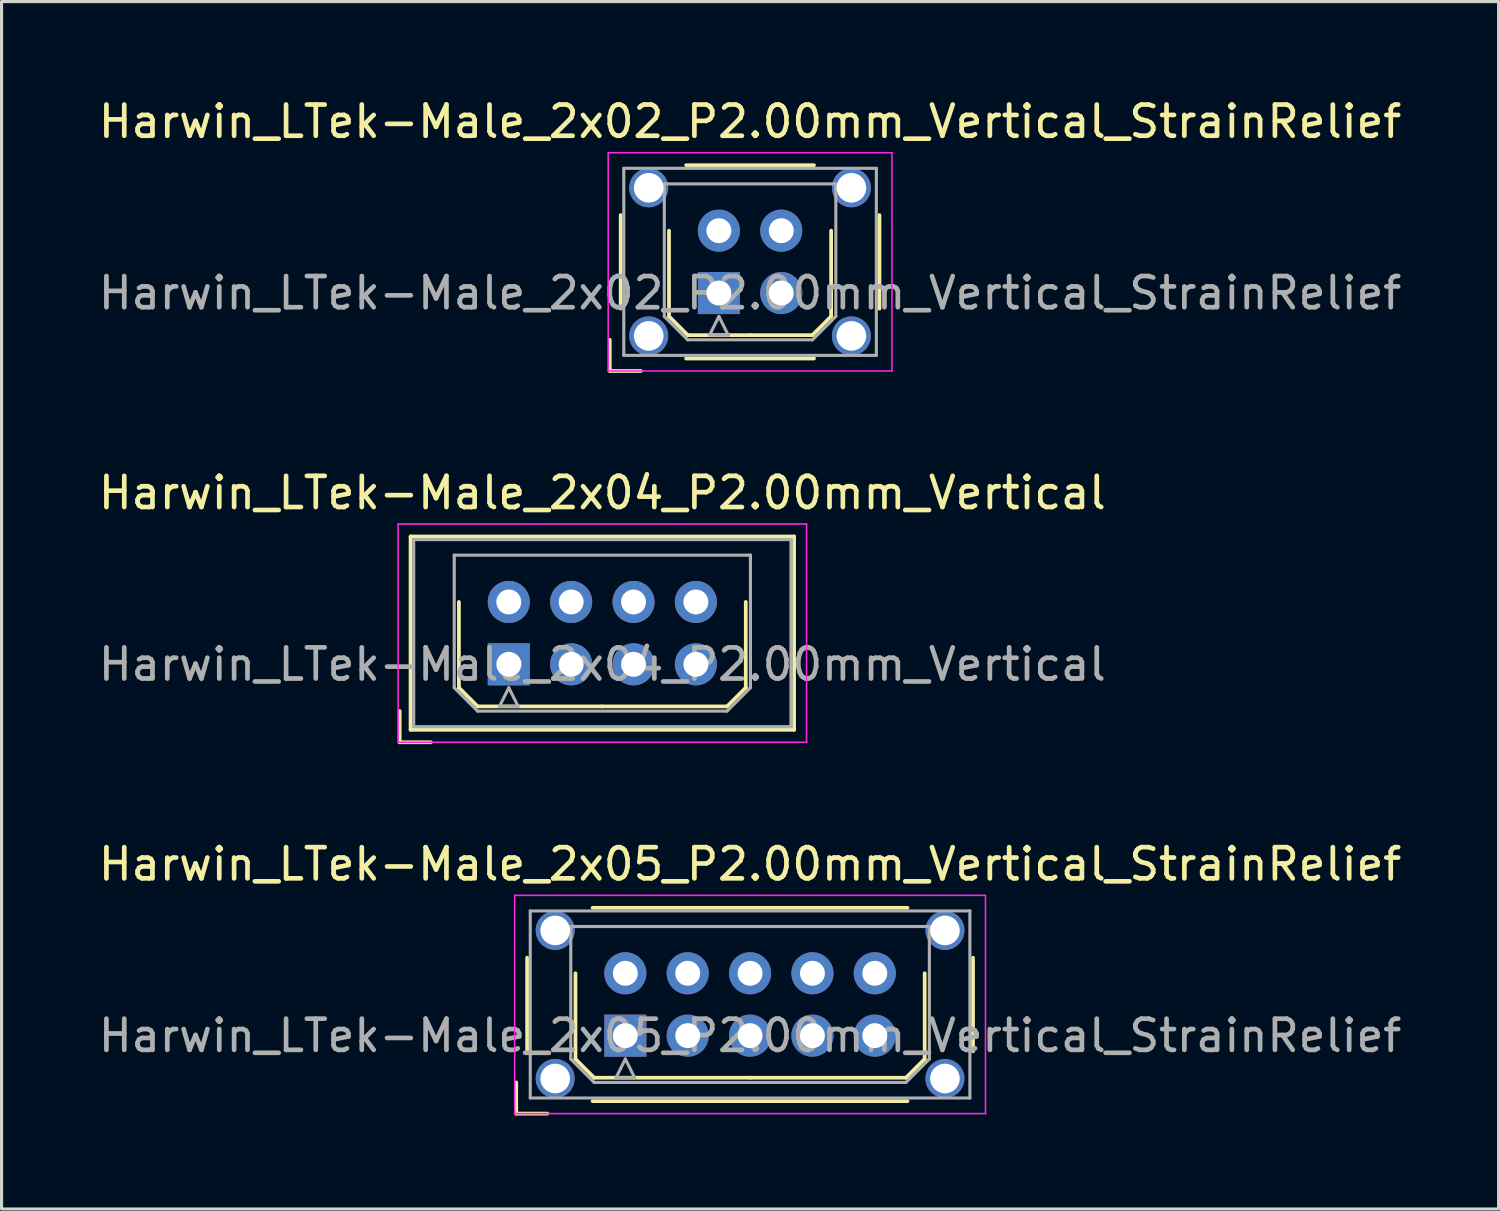
<source format=kicad_pcb>
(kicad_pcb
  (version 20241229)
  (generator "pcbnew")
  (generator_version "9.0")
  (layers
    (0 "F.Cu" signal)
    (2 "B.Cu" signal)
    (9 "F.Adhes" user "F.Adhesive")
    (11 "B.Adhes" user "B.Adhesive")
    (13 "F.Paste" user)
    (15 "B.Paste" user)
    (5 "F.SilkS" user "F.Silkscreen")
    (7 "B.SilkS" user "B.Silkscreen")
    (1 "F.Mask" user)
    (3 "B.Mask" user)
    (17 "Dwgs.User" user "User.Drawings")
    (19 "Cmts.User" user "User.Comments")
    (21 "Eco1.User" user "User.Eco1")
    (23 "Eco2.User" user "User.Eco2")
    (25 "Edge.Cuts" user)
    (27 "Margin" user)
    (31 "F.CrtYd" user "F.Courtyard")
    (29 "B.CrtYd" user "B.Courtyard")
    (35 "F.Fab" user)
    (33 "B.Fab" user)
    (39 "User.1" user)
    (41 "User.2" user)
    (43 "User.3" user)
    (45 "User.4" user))
  (footprint "Harwin_LTek-Male_2x02_P2.00mm_Vertical_StrainRelief"
    (layer "F.Cu")
    (at 20.006 6.348)
    (property "Reference" "Harwin_LTek-Male_2x02_P2.00mm_Vertical_StrainRelief" (at 1 -5.5 0) (layer "F.SilkS") (effects (font (size 1 1) (thickness 0.15))))
    (attr through_hole)
    (fp_line (start -3.5 1.5) (end -3.5 2.5) (stroke (width 0.12) (type solid)) (layer "F.SilkS"))
    (fp_line (start -3.5 2.5) (end -2.5 2.5) (stroke (width 0.12) (type solid)) (layer "F.SilkS"))
    (fp_line (start -3.15 -2.5) (end -3.15 0.5) (stroke (width 0.12) (type solid)) (layer "F.SilkS"))
    (fp_line (start -1.6 -2) (end -1.6 0.75) (stroke (width 0.12) (type solid)) (layer "F.SilkS"))
    (fp_line (start -1.6 0.75) (end -1 1.35) (stroke (width 0.12) (type solid)) (layer "F.SilkS"))
    (fp_line (start -1.05 -4.1) (end 3.05 -4.1) (stroke (width 0.12) (type solid)) (layer "F.SilkS"))
    (fp_line (start -1.05 2.1) (end 3.05 2.1) (stroke (width 0.12) (type solid)) (layer "F.SilkS"))
    (fp_line (start -1 1.35) (end 1 1.35) (stroke (width 0.12) (type solid)) (layer "F.SilkS"))
    (fp_line (start 3 1.35) (end 1 1.35) (stroke (width 0.12) (type solid)) (layer "F.SilkS"))
    (fp_line (start 3.6 -2) (end 3.6 0.75) (stroke (width 0.12) (type solid)) (layer "F.SilkS"))
    (fp_line (start 3.6 0.75) (end 3 1.35) (stroke (width 0.12) (type solid)) (layer "F.SilkS"))
    (fp_line (start 5.15 -2.5) (end 5.15 0.5) (stroke (width 0.12) (type solid)) (layer "F.SilkS"))
    (fp_line (start -3.55 -4.5) (end -3.55 2.5) (stroke (width 0.05) (type solid)) (layer "F.CrtYd"))
    (fp_line (start -3.55 2.5) (end 5.55 2.5) (stroke (width 0.05) (type solid)) (layer "F.CrtYd"))
    (fp_line (start 5.55 -4.5) (end -3.55 -4.5) (stroke (width 0.05) (type solid)) (layer "F.CrtYd"))
    (fp_line (start 5.55 2.5) (end 5.55 -4.5) (stroke (width 0.05) (type solid)) (layer "F.CrtYd"))
    (fp_line (start -3.05 -4) (end -3.05 2) (stroke (width 0.1) (type solid)) (layer "F.Fab"))
    (fp_line (start -3.05 2) (end 5.05 2) (stroke (width 0.1) (type solid)) (layer "F.Fab"))
    (fp_line (start -1.75 -3.5) (end 3.75 -3.5) (stroke (width 0.1) (type solid)) (layer "F.Fab"))
    (fp_line (start -1.75 0.75) (end -1.75 -3.5) (stroke (width 0.1) (type solid)) (layer "F.Fab"))
    (fp_line (start -1 1.5) (end -1.75 0.75) (stroke (width 0.1) (type solid)) (layer "F.Fab"))
    (fp_line (start -0.3 1.35) (end 0.3 1.35) (stroke (width 0.1) (type solid)) (layer "F.Fab"))
    (fp_line (start 0 0.75) (end -0.3 1.35) (stroke (width 0.1) (type solid)) (layer "F.Fab"))
    (fp_line (start 0.3 1.35) (end 0 0.75) (stroke (width 0.1) (type solid)) (layer "F.Fab"))
    (fp_line (start 3 1.5) (end -1 1.5) (stroke (width 0.1) (type solid)) (layer "F.Fab"))
    (fp_line (start 3.75 -3.5) (end 3.75 0.75) (stroke (width 0.1) (type solid)) (layer "F.Fab"))
    (fp_line (start 3.75 0.75) (end 3 1.5) (stroke (width 0.1) (type solid)) (layer "F.Fab"))
    (fp_line (start 5.05 -4) (end -3.05 -4) (stroke (width 0.1) (type solid)) (layer "F.Fab"))
    (fp_line (start 5.05 2) (end 5.05 -4) (stroke (width 0.1) (type solid)) (layer "F.Fab"))
    (fp_text user "${REFERENCE}" (at 1 0 0) (layer "F.Fab") (effects (font (size 1 1) (thickness 0.15))))
    (pad "" thru_hole circle (at -2.25 -3.375) (size 1.25 1.25) (drill 0.95) (layers "*.Cu" "*.Mask"))
    (pad "" thru_hole circle (at -2.25 1.375) (size 1.25 1.25) (drill 0.95) (layers "*.Cu" "*.Mask"))
    (pad "" thru_hole circle (at 4.25 -3.375) (size 1.25 1.25) (drill 0.95) (layers "*.Cu" "*.Mask"))
    (pad "" thru_hole circle (at 4.25 1.375) (size 1.25 1.25) (drill 0.95) (layers "*.Cu" "*.Mask"))
    (pad "1" thru_hole rect (at 0 0) (size 1.35 1.35) (drill 0.8) (layers "*.Cu" "*.Mask"))
    (pad "2" thru_hole circle (at 2 0) (size 1.35 1.35) (drill 0.8) (layers "*.Cu" "*.Mask"))
    (pad "3" thru_hole circle (at 0 -2) (size 1.35 1.35) (drill 0.8) (layers "*.Cu" "*.Mask"))
    (pad "4" thru_hole circle (at 2 -2) (size 1.35 1.35) (drill 0.8) (layers "*.Cu" "*.Mask")))
  (footprint "Harwin_LTek-Male_2x04_P2.00mm_Vertical"
    (layer "F.Cu")
    (at 13.268 18.256)
    (property "Reference" "Harwin_LTek-Male_2x04_P2.00mm_Vertical" (at 3 -5.5 0) (layer "F.SilkS") (effects (font (size 1 1) (thickness 0.15))))
    (attr through_hole)
    (fp_line (start -3.5 1.5) (end -3.5 2.5) (stroke (width 0.12) (type solid)) (layer "F.SilkS"))
    (fp_line (start -3.5 2.5) (end -2.5 2.5) (stroke (width 0.12) (type solid)) (layer "F.SilkS"))
    (fp_line (start -3.15 -4.1) (end -3.15 2.1) (stroke (width 0.12) (type solid)) (layer "F.SilkS"))
    (fp_line (start -3.15 2.1) (end 9.15 2.1) (stroke (width 0.12) (type solid)) (layer "F.SilkS"))
    (fp_line (start -1.6 -2) (end -1.6 0.75) (stroke (width 0.12) (type solid)) (layer "F.SilkS"))
    (fp_line (start -1.6 0.75) (end -1 1.35) (stroke (width 0.12) (type solid)) (layer "F.SilkS"))
    (fp_line (start -1 1.35) (end 3 1.35) (stroke (width 0.12) (type solid)) (layer "F.SilkS"))
    (fp_line (start 7 1.35) (end 3 1.35) (stroke (width 0.12) (type solid)) (layer "F.SilkS"))
    (fp_line (start 7.6 -2) (end 7.6 0.75) (stroke (width 0.12) (type solid)) (layer "F.SilkS"))
    (fp_line (start 7.6 0.75) (end 7 1.35) (stroke (width 0.12) (type solid)) (layer "F.SilkS"))
    (fp_line (start 9.15 -4.1) (end -3.15 -4.1) (stroke (width 0.12) (type solid)) (layer "F.SilkS"))
    (fp_line (start 9.15 2.1) (end 9.15 -4.1) (stroke (width 0.12) (type solid)) (layer "F.SilkS"))
    (fp_line (start -3.55 -4.5) (end -3.55 2.5) (stroke (width 0.05) (type solid)) (layer "F.CrtYd"))
    (fp_line (start -3.55 2.5) (end 9.55 2.5) (stroke (width 0.05) (type solid)) (layer "F.CrtYd"))
    (fp_line (start 9.55 -4.5) (end -3.55 -4.5) (stroke (width 0.05) (type solid)) (layer "F.CrtYd"))
    (fp_line (start 9.55 2.5) (end 9.55 -4.5) (stroke (width 0.05) (type solid)) (layer "F.CrtYd"))
    (fp_line (start -3.05 -4) (end -3.05 2) (stroke (width 0.1) (type solid)) (layer "F.Fab"))
    (fp_line (start -3.05 2) (end 9.05 2) (stroke (width 0.1) (type solid)) (layer "F.Fab"))
    (fp_line (start -1.75 -3.5) (end 7.75 -3.5) (stroke (width 0.1) (type solid)) (layer "F.Fab"))
    (fp_line (start -1.75 0.75) (end -1.75 -3.5) (stroke (width 0.1) (type solid)) (layer "F.Fab"))
    (fp_line (start -1 1.5) (end -1.75 0.75) (stroke (width 0.1) (type solid)) (layer "F.Fab"))
    (fp_line (start -0.3 1.35) (end 0.3 1.35) (stroke (width 0.1) (type solid)) (layer "F.Fab"))
    (fp_line (start 0 0.75) (end -0.3 1.35) (stroke (width 0.1) (type solid)) (layer "F.Fab"))
    (fp_line (start 0.3 1.35) (end 0 0.75) (stroke (width 0.1) (type solid)) (layer "F.Fab"))
    (fp_line (start 7 1.5) (end -1 1.5) (stroke (width 0.1) (type solid)) (layer "F.Fab"))
    (fp_line (start 7.75 -3.5) (end 7.75 0.75) (stroke (width 0.1) (type solid)) (layer "F.Fab"))
    (fp_line (start 7.75 0.75) (end 7 1.5) (stroke (width 0.1) (type solid)) (layer "F.Fab"))
    (fp_line (start 9.05 -4) (end -3.05 -4) (stroke (width 0.1) (type solid)) (layer "F.Fab"))
    (fp_line (start 9.05 2) (end 9.05 -4) (stroke (width 0.1) (type solid)) (layer "F.Fab"))
    (fp_text user "${REFERENCE}" (at 3 0 0) (layer "F.Fab") (effects (font (size 1 1) (thickness 0.15))))
    (pad "1" thru_hole rect (at 0 0) (size 1.35 1.35) (drill 0.8) (layers "*.Cu" "*.Mask"))
    (pad "2" thru_hole circle (at 2 0) (size 1.35 1.35) (drill 0.8) (layers "*.Cu" "*.Mask"))
    (pad "3" thru_hole circle (at 4 0) (size 1.35 1.35) (drill 0.8) (layers "*.Cu" "*.Mask"))
    (pad "4" thru_hole circle (at 6 0) (size 1.35 1.35) (drill 0.8) (layers "*.Cu" "*.Mask"))
    (pad "5" thru_hole circle (at 0 -2) (size 1.35 1.35) (drill 0.8) (layers "*.Cu" "*.Mask"))
    (pad "6" thru_hole circle (at 2 -2) (size 1.35 1.35) (drill 0.8) (layers "*.Cu" "*.Mask"))
    (pad "7" thru_hole circle (at 4 -2) (size 1.35 1.35) (drill 0.8) (layers "*.Cu" "*.Mask"))
    (pad "8" thru_hole circle (at 6 -2) (size 1.35 1.35) (drill 0.8) (layers "*.Cu" "*.Mask")))
  (footprint "Harwin_LTek-Male_2x05_P2.00mm_Vertical_StrainRelief"
    (layer "F.Cu")
    (at 17.006 30.165)
    (property "Reference" "Harwin_LTek-Male_2x05_P2.00mm_Vertical_StrainRelief" (at 4 -5.5 0) (layer "F.SilkS") (effects (font (size 1 1) (thickness 0.15))))
    (attr through_hole)
    (fp_line (start -3.5 1.5) (end -3.5 2.5) (stroke (width 0.12) (type solid)) (layer "F.SilkS"))
    (fp_line (start -3.5 2.5) (end -2.5 2.5) (stroke (width 0.12) (type solid)) (layer "F.SilkS"))
    (fp_line (start -3.15 -2.5) (end -3.15 0.5) (stroke (width 0.12) (type solid)) (layer "F.SilkS"))
    (fp_line (start -1.6 -2) (end -1.6 0.75) (stroke (width 0.12) (type solid)) (layer "F.SilkS"))
    (fp_line (start -1.6 0.75) (end -1 1.35) (stroke (width 0.12) (type solid)) (layer "F.SilkS"))
    (fp_line (start -1.05 -4.1) (end 9.05 -4.1) (stroke (width 0.12) (type solid)) (layer "F.SilkS"))
    (fp_line (start -1.05 2.1) (end 9.05 2.1) (stroke (width 0.12) (type solid)) (layer "F.SilkS"))
    (fp_line (start -1 1.35) (end 4 1.35) (stroke (width 0.12) (type solid)) (layer "F.SilkS"))
    (fp_line (start 9 1.35) (end 4 1.35) (stroke (width 0.12) (type solid)) (layer "F.SilkS"))
    (fp_line (start 9.6 -2) (end 9.6 0.75) (stroke (width 0.12) (type solid)) (layer "F.SilkS"))
    (fp_line (start 9.6 0.75) (end 9 1.35) (stroke (width 0.12) (type solid)) (layer "F.SilkS"))
    (fp_line (start 11.15 -2.5) (end 11.15 0.5) (stroke (width 0.12) (type solid)) (layer "F.SilkS"))
    (fp_line (start -3.55 -4.5) (end -3.55 2.5) (stroke (width 0.05) (type solid)) (layer "F.CrtYd"))
    (fp_line (start -3.55 2.5) (end 11.55 2.5) (stroke (width 0.05) (type solid)) (layer "F.CrtYd"))
    (fp_line (start 11.55 -4.5) (end -3.55 -4.5) (stroke (width 0.05) (type solid)) (layer "F.CrtYd"))
    (fp_line (start 11.55 2.5) (end 11.55 -4.5) (stroke (width 0.05) (type solid)) (layer "F.CrtYd"))
    (fp_line (start -3.05 -4) (end -3.05 2) (stroke (width 0.1) (type solid)) (layer "F.Fab"))
    (fp_line (start -3.05 2) (end 11.05 2) (stroke (width 0.1) (type solid)) (layer "F.Fab"))
    (fp_line (start -1.75 -3.5) (end 9.75 -3.5) (stroke (width 0.1) (type solid)) (layer "F.Fab"))
    (fp_line (start -1.75 0.75) (end -1.75 -3.5) (stroke (width 0.1) (type solid)) (layer "F.Fab"))
    (fp_line (start -1 1.5) (end -1.75 0.75) (stroke (width 0.1) (type solid)) (layer "F.Fab"))
    (fp_line (start -0.3 1.35) (end 0.3 1.35) (stroke (width 0.1) (type solid)) (layer "F.Fab"))
    (fp_line (start 0 0.75) (end -0.3 1.35) (stroke (width 0.1) (type solid)) (layer "F.Fab"))
    (fp_line (start 0.3 1.35) (end 0 0.75) (stroke (width 0.1) (type solid)) (layer "F.Fab"))
    (fp_line (start 9 1.5) (end -1 1.5) (stroke (width 0.1) (type solid)) (layer "F.Fab"))
    (fp_line (start 9.75 -3.5) (end 9.75 0.75) (stroke (width 0.1) (type solid)) (layer "F.Fab"))
    (fp_line (start 9.75 0.75) (end 9 1.5) (stroke (width 0.1) (type solid)) (layer "F.Fab"))
    (fp_line (start 11.05 -4) (end -3.05 -4) (stroke (width 0.1) (type solid)) (layer "F.Fab"))
    (fp_line (start 11.05 2) (end 11.05 -4) (stroke (width 0.1) (type solid)) (layer "F.Fab"))
    (fp_text user "${REFERENCE}" (at 4 0 0) (layer "F.Fab") (effects (font (size 1 1) (thickness 0.15))))
    (pad "" thru_hole circle (at -2.25 -3.375) (size 1.25 1.25) (drill 0.95) (layers "*.Cu" "*.Mask"))
    (pad "" thru_hole circle (at -2.25 1.375) (size 1.25 1.25) (drill 0.95) (layers "*.Cu" "*.Mask"))
    (pad "" thru_hole circle (at 10.25 -3.375) (size 1.25 1.25) (drill 0.95) (layers "*.Cu" "*.Mask"))
    (pad "" thru_hole circle (at 10.25 1.375) (size 1.25 1.25) (drill 0.95) (layers "*.Cu" "*.Mask"))
    (pad "1" thru_hole rect (at 0 0) (size 1.35 1.35) (drill 0.8) (layers "*.Cu" "*.Mask"))
    (pad "2" thru_hole circle (at 2 0) (size 1.35 1.35) (drill 0.8) (layers "*.Cu" "*.Mask"))
    (pad "3" thru_hole circle (at 4 0) (size 1.35 1.35) (drill 0.8) (layers "*.Cu" "*.Mask"))
    (pad "4" thru_hole circle (at 6 0) (size 1.35 1.35) (drill 0.8) (layers "*.Cu" "*.Mask"))
    (pad "5" thru_hole circle (at 8 0) (size 1.35 1.35) (drill 0.8) (layers "*.Cu" "*.Mask"))
    (pad "6" thru_hole circle (at 0 -2) (size 1.35 1.35) (drill 0.8) (layers "*.Cu" "*.Mask"))
    (pad "7" thru_hole circle (at 2 -2) (size 1.35 1.35) (drill 0.8) (layers "*.Cu" "*.Mask"))
    (pad "8" thru_hole circle (at 4 -2) (size 1.35 1.35) (drill 0.8) (layers "*.Cu" "*.Mask"))
    (pad "9" thru_hole circle (at 6 -2) (size 1.35 1.35) (drill 0.8) (layers "*.Cu" "*.Mask"))
    (pad "10" thru_hole circle (at 8 -2) (size 1.35 1.35) (drill 0.8) (layers "*.Cu" "*.Mask")))
  (gr_rect
    (start -3 -3)
    (end 45.012 35.725)
    (stroke (width 0.1) (type default))
    (fill no)
    (layer "Edge.Cuts")))
</source>
